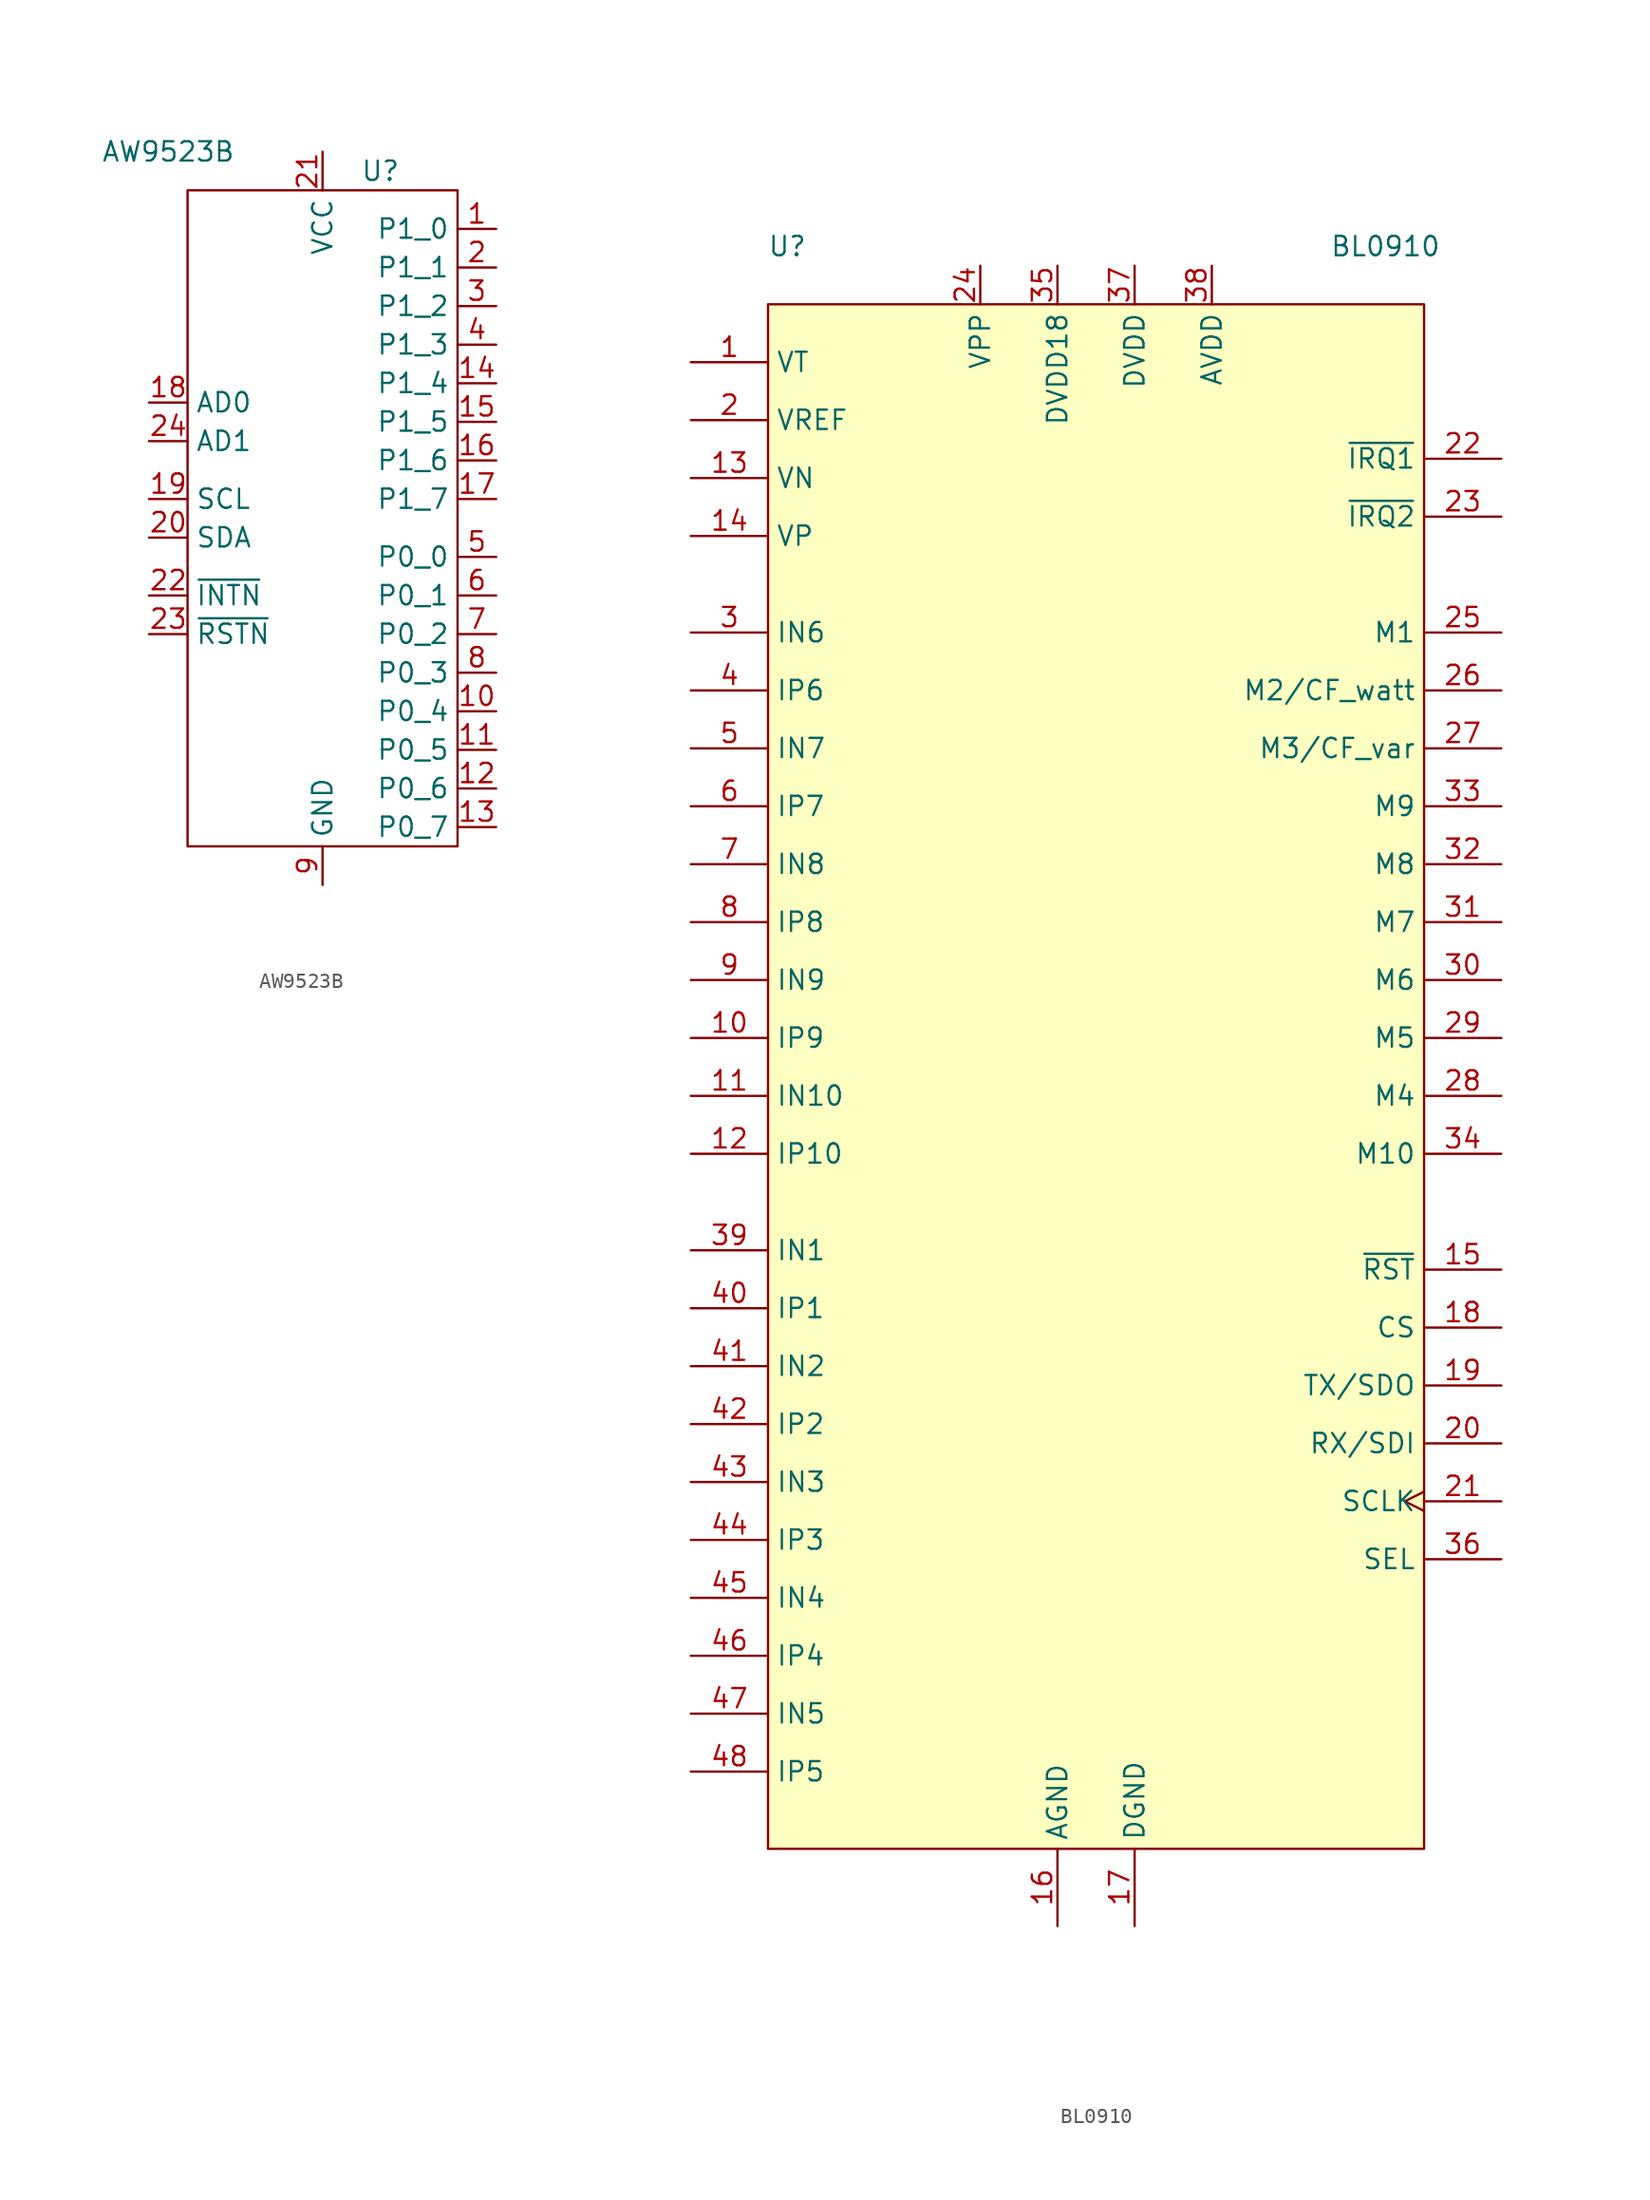
<source format=kicad_sym>
(kicad_symbol_lib
  (version 20231120)
  (generator "kicad_symbol_editor")
  (generator_version "8.0")
  (symbol "AW9523B"
    (property "Reference" "U"
      (at 3.81 22.86 0)
      (effects (font (size 1.27 1.27))))
    (property "Value" "AW9523B"
      (at -10.16 24.13 0)
      (do_not_autoplace)
      (effects (font (size 1.27 1.27))))
    (symbol "AW9523B_0_1"
      (rectangle (start -8.89 21.59) (end 8.89 -21.59) (stroke (width 0) (type default)) (fill (type none))))
    (symbol "AW9523B_1_1"
      (pin bidirectional line (at 11.43 19.05 180) (length 2.54) (name "P1_0" (effects (font (size 1.27 1.27)))) (number "1" (effects (font (size 1.27 1.27)))))
      (pin bidirectional line (at 11.43 -12.7 180) (length 2.54) (name "P0_4" (effects (font (size 1.27 1.27)))) (number "10" (effects (font (size 1.27 1.27)))))
      (pin bidirectional line (at 11.43 -15.24 180) (length 2.54) (name "P0_5" (effects (font (size 1.27 1.27)))) (number "11" (effects (font (size 1.27 1.27)))))
      (pin bidirectional line (at 11.43 -17.78 180) (length 2.54) (name "P0_6" (effects (font (size 1.27 1.27)))) (number "12" (effects (font (size 1.27 1.27)))))
      (pin bidirectional line (at 11.43 -20.32 180) (length 2.54) (name "P0_7" (effects (font (size 1.27 1.27)))) (number "13" (effects (font (size 1.27 1.27)))))
      (pin bidirectional line (at 11.43 8.89 180) (length 2.54) (name "P1_4" (effects (font (size 1.27 1.27)))) (number "14" (effects (font (size 1.27 1.27)))))
      (pin bidirectional line (at 11.43 6.35 180) (length 2.54) (name "P1_5" (effects (font (size 1.27 1.27)))) (number "15" (effects (font (size 1.27 1.27)))))
      (pin bidirectional line (at 11.43 3.81 180) (length 2.54) (name "P1_6" (effects (font (size 1.27 1.27)))) (number "16" (effects (font (size 1.27 1.27)))))
      (pin bidirectional line (at 11.43 1.27 180) (length 2.54) (name "P1_7" (effects (font (size 1.27 1.27)))) (number "17" (effects (font (size 1.27 1.27)))))
      (pin input line (at -11.43 7.62 0) (length 2.54) (name "AD0" (effects (font (size 1.27 1.27)))) (number "18" (effects (font (size 1.27 1.27)))))
      (pin input line (at -11.43 1.27 0) (length 2.54) (name "SCL" (effects (font (size 1.27 1.27)))) (number "19" (effects (font (size 1.27 1.27)))))
      (pin bidirectional line (at 11.43 16.51 180) (length 2.54) (name "P1_1" (effects (font (size 1.27 1.27)))) (number "2" (effects (font (size 1.27 1.27)))))
      (pin bidirectional line (at -11.43 -1.27 0) (length 2.54) (name "SDA" (effects (font (size 1.27 1.27)))) (number "20" (effects (font (size 1.27 1.27)))))
      (pin power_in line (at 0 24.13 270) (length 2.54) (name "VCC" (effects (font (size 1.27 1.27)))) (number "21" (effects (font (size 1.27 1.27)))))
      (pin open_collector line (at -11.43 -5.08 0) (length 2.54) (name "~{INTN}" (effects (font (size 1.27 1.27)))) (number "22" (effects (font (size 1.27 1.27)))))
      (pin output line (at -11.43 -7.62 0) (length 2.54) (name "~{RSTN}" (effects (font (size 1.27 1.27)))) (number "23" (effects (font (size 1.27 1.27)))))
      (pin input line (at -11.43 5.08 0) (length 2.54) (name "AD1" (effects (font (size 1.27 1.27)))) (number "24" (effects (font (size 1.27 1.27)))))
      (pin power_in line (at 0 -24.13 90) (length 2.54) hide (name "GND" (effects (font (size 1.27 1.27)))) (number "25" (effects (font (size 1.27 1.27)))))
      (pin bidirectional line (at 11.43 13.97 180) (length 2.54) (name "P1_2" (effects (font (size 1.27 1.27)))) (number "3" (effects (font (size 1.27 1.27)))))
      (pin bidirectional line (at 11.43 11.43 180) (length 2.54) (name "P1_3" (effects (font (size 1.27 1.27)))) (number "4" (effects (font (size 1.27 1.27)))))
      (pin bidirectional line (at 11.43 -2.54 180) (length 2.54) (name "P0_0" (effects (font (size 1.27 1.27)))) (number "5" (effects (font (size 1.27 1.27)))))
      (pin bidirectional line (at 11.43 -5.08 180) (length 2.54) (name "P0_1" (effects (font (size 1.27 1.27)))) (number "6" (effects (font (size 1.27 1.27)))))
      (pin bidirectional line (at 11.43 -7.62 180) (length 2.54) (name "P0_2" (effects (font (size 1.27 1.27)))) (number "7" (effects (font (size 1.27 1.27)))))
      (pin bidirectional line (at 11.43 -10.16 180) (length 2.54) (name "P0_3" (effects (font (size 1.27 1.27)))) (number "8" (effects (font (size 1.27 1.27)))))
      (pin power_in line (at 0 -24.13 90) (length 2.54) (name "GND" (effects (font (size 1.27 1.27)))) (number "9" (effects (font (size 1.27 1.27)))))))
  (symbol "BL0910"
    (property "Reference" "U"
      (at -20.32 54.61 0)
      (effects (font (size 1.27 1.27))))
    (property "Value" "BL0910"
      (at 19.05 54.61 0)
      (effects (font (size 1.27 1.27))))
    (symbol "BL0910_1_1"
      (rectangle (start -21.59 50.8) (end 21.59 -50.8) (stroke (width 0) (type default)) (fill (type background)))
      (pin input line (at -26.67 46.99 0) (length 5.08) (name "VT" (effects (font (size 1.27 1.27)))) (number "1" (effects (font (size 1.27 1.27)))))
      (pin input line (at -26.67 2.54 0) (length 5.08) (name "IP9" (effects (font (size 1.27 1.27)))) (number "10" (effects (font (size 1.27 1.27)))))
      (pin input line (at -26.67 -1.27 0) (length 5.08) (name "IN10" (effects (font (size 1.27 1.27)))) (number "11" (effects (font (size 1.27 1.27)))))
      (pin input line (at -26.67 -5.08 0) (length 5.08) (name "IP10" (effects (font (size 1.27 1.27)))) (number "12" (effects (font (size 1.27 1.27)))))
      (pin input line (at -26.67 39.37 0) (length 5.08) (name "VN" (effects (font (size 1.27 1.27)))) (number "13" (effects (font (size 1.27 1.27)))))
      (pin input line (at -26.67 35.56 0) (length 5.08) (name "VP" (effects (font (size 1.27 1.27)))) (number "14" (effects (font (size 1.27 1.27)))))
      (pin input line (at 26.67 -12.7 180) (length 5.08) (name "~{RST}" (effects (font (size 1.27 1.27)))) (number "15" (effects (font (size 1.27 1.27)))))
      (pin power_in line (at -2.54 -55.88 90) (length 5.08) (name "AGND" (effects (font (size 1.27 1.27)))) (number "16" (effects (font (size 1.27 1.27)))))
      (pin power_in line (at 2.54 -55.88 90) (length 5.08) (name "DGND" (effects (font (size 1.27 1.27)))) (number "17" (effects (font (size 1.27 1.27)))))
      (pin input line (at 26.67 -16.51 180) (length 5.08) (name "CS" (effects (font (size 1.27 1.27)))) (number "18" (effects (font (size 1.27 1.27)))))
      (pin output line (at 26.67 -20.32 180) (length 5.08) (name "TX/SDO" (effects (font (size 1.27 1.27)))) (number "19" (effects (font (size 1.27 1.27)))))
      (pin input line (at -26.67 43.18 0) (length 5.08) (name "VREF" (effects (font (size 1.27 1.27)))) (number "2" (effects (font (size 1.27 1.27)))))
      (pin input line (at 26.67 -24.13 180) (length 5.08) (name "RX/SDI" (effects (font (size 1.27 1.27)))) (number "20" (effects (font (size 1.27 1.27)))))
      (pin input clock (at 26.67 -27.94 180) (length 5.08) (name "SCLK" (effects (font (size 1.27 1.27)))) (number "21" (effects (font (size 1.27 1.27)))))
      (pin output line (at 26.67 40.64 180) (length 5.08) (name "~{IRQ1}" (effects (font (size 1.27 1.27)))) (number "22" (effects (font (size 1.27 1.27)))))
      (pin output line (at 26.67 36.83 180) (length 5.08) (name "~{IRQ2}" (effects (font (size 1.27 1.27)))) (number "23" (effects (font (size 1.27 1.27)))))
      (pin power_in line (at -7.62 53.34 270) (length 2.54) (name "VPP" (effects (font (size 1.27 1.27)))) (number "24" (effects (font (size 1.27 1.27)))))
      (pin output line (at 26.67 29.21 180) (length 5.08) (name "M1" (effects (font (size 1.27 1.27)))) (number "25" (effects (font (size 1.27 1.27)))))
      (pin output line (at 26.67 25.4 180) (length 5.08) (name "M2/CF_watt" (effects (font (size 1.27 1.27)))) (number "26" (effects (font (size 1.27 1.27)))))
      (pin output line (at 26.67 21.59 180) (length 5.08) (name "M3/CF_var" (effects (font (size 1.27 1.27)))) (number "27" (effects (font (size 1.27 1.27)))))
      (pin output line (at 26.67 -1.27 180) (length 5.08) (name "M4" (effects (font (size 1.27 1.27)))) (number "28" (effects (font (size 1.27 1.27)))))
      (pin output line (at 26.67 2.54 180) (length 5.08) (name "M5" (effects (font (size 1.27 1.27)))) (number "29" (effects (font (size 1.27 1.27)))))
      (pin input line (at -26.67 29.21 0) (length 5.08) (name "IN6" (effects (font (size 1.27 1.27)))) (number "3" (effects (font (size 1.27 1.27)))))
      (pin output line (at 26.67 6.35 180) (length 5.08) (name "M6" (effects (font (size 1.27 1.27)))) (number "30" (effects (font (size 1.27 1.27)))))
      (pin output line (at 26.67 10.16 180) (length 5.08) (name "M7" (effects (font (size 1.27 1.27)))) (number "31" (effects (font (size 1.27 1.27)))))
      (pin output line (at 26.67 13.97 180) (length 5.08) (name "M8" (effects (font (size 1.27 1.27)))) (number "32" (effects (font (size 1.27 1.27)))))
      (pin output line (at 26.67 17.78 180) (length 5.08) (name "M9" (effects (font (size 1.27 1.27)))) (number "33" (effects (font (size 1.27 1.27)))))
      (pin output line (at 26.67 -5.08 180) (length 5.08) (name "M10" (effects (font (size 1.27 1.27)))) (number "34" (effects (font (size 1.27 1.27)))))
      (pin bidirectional line (at -2.54 53.34 270) (length 2.54) (name "DVDD18" (effects (font (size 1.27 1.27)))) (number "35" (effects (font (size 1.27 1.27)))))
      (pin input line (at 26.67 -31.75 180) (length 5.08) (name "SEL" (effects (font (size 1.27 1.27)))) (number "36" (effects (font (size 1.27 1.27)))))
      (pin power_in line (at 2.54 53.34 270) (length 2.54) (name "DVDD" (effects (font (size 1.27 1.27)))) (number "37" (effects (font (size 1.27 1.27)))))
      (pin power_in line (at 7.62 53.34 270) (length 2.54) (name "AVDD" (effects (font (size 1.27 1.27)))) (number "38" (effects (font (size 1.27 1.27)))))
      (pin input line (at -26.67 -11.43 0) (length 5.08) (name "IN1" (effects (font (size 1.27 1.27)))) (number "39" (effects (font (size 1.27 1.27)))))
      (pin input line (at -26.67 25.4 0) (length 5.08) (name "IP6" (effects (font (size 1.27 1.27)))) (number "4" (effects (font (size 1.27 1.27)))))
      (pin input line (at -26.67 -15.24 0) (length 5.08) (name "IP1" (effects (font (size 1.27 1.27)))) (number "40" (effects (font (size 1.27 1.27)))))
      (pin input line (at -26.67 -19.05 0) (length 5.08) (name "IN2" (effects (font (size 1.27 1.27)))) (number "41" (effects (font (size 1.27 1.27)))))
      (pin input line (at -26.67 -22.86 0) (length 5.08) (name "IP2" (effects (font (size 1.27 1.27)))) (number "42" (effects (font (size 1.27 1.27)))))
      (pin input line (at -26.67 -26.67 0) (length 5.08) (name "IN3" (effects (font (size 1.27 1.27)))) (number "43" (effects (font (size 1.27 1.27)))))
      (pin input line (at -26.67 -30.48 0) (length 5.08) (name "IP3" (effects (font (size 1.27 1.27)))) (number "44" (effects (font (size 1.27 1.27)))))
      (pin input line (at -26.67 -34.29 0) (length 5.08) (name "IN4" (effects (font (size 1.27 1.27)))) (number "45" (effects (font (size 1.27 1.27)))))
      (pin input line (at -26.67 -38.1 0) (length 5.08) (name "IP4" (effects (font (size 1.27 1.27)))) (number "46" (effects (font (size 1.27 1.27)))))
      (pin input line (at -26.67 -41.91 0) (length 5.08) (name "IN5" (effects (font (size 1.27 1.27)))) (number "47" (effects (font (size 1.27 1.27)))))
      (pin input line (at -26.67 -45.72 0) (length 5.08) (name "IP5" (effects (font (size 1.27 1.27)))) (number "48" (effects (font (size 1.27 1.27)))))
      (pin input line (at -26.67 21.59 0) (length 5.08) (name "IN7" (effects (font (size 1.27 1.27)))) (number "5" (effects (font (size 1.27 1.27)))))
      (pin input line (at -26.67 17.78 0) (length 5.08) (name "IP7" (effects (font (size 1.27 1.27)))) (number "6" (effects (font (size 1.27 1.27)))))
      (pin input line (at -26.67 13.97 0) (length 5.08) (name "IN8" (effects (font (size 1.27 1.27)))) (number "7" (effects (font (size 1.27 1.27)))))
      (pin input line (at -26.67 10.16 0) (length 5.08) (name "IP8" (effects (font (size 1.27 1.27)))) (number "8" (effects (font (size 1.27 1.27)))))
      (pin input line (at -26.67 6.35 0) (length 5.08) (name "IN9" (effects (font (size 1.27 1.27)))) (number "9" (effects (font (size 1.27 1.27))))))))
</source>
